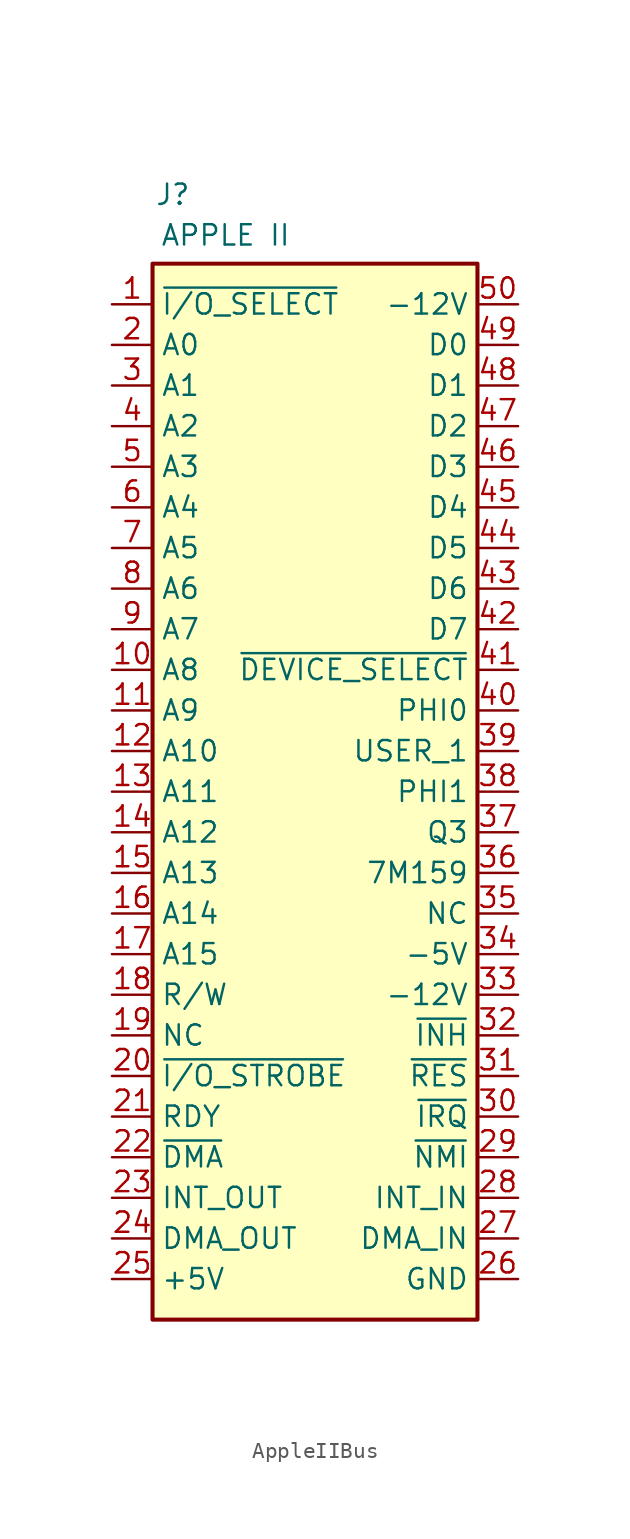
<source format=kicad_sym>
(kicad_symbol_lib
  (version 20241209)
  (generator "kicad_symbol_editor")
  (generator_version "9.0")
  (symbol "AppleIIBus"
    (property "Reference" "J"
      (at 1.27 4.318 0)
      (effects (font (size 1.27 1.27))))
    (property "Value" "APPLE II"
      (at 4.572 1.778 0)
      (effects (font (size 1.27 1.27))))
    (symbol "AppleIIBus_1_1"
      (rectangle (start 0 0) (end 20.32 -66.04) (stroke (width 0.254) (type solid)) (fill (type background)))
      (pin passive line (at -2.54 -2.54 0) (length 2.54) (name "~{I/O_SELECT}" (effects (font (size 1.27 1.27)))) (number "1" (effects (font (size 1.27 1.27)))))
      (pin bidirectional line (at -2.54 -5.08 0) (length 2.54) (name "A0" (effects (font (size 1.27 1.27)))) (number "2" (effects (font (size 1.27 1.27)))))
      (pin bidirectional line (at -2.54 -7.62 0) (length 2.54) (name "A1" (effects (font (size 1.27 1.27)))) (number "3" (effects (font (size 1.27 1.27)))))
      (pin bidirectional line (at -2.54 -10.16 0) (length 2.54) (name "A2" (effects (font (size 1.27 1.27)))) (number "4" (effects (font (size 1.27 1.27)))))
      (pin bidirectional line (at -2.54 -12.7 0) (length 2.54) (name "A3" (effects (font (size 1.27 1.27)))) (number "5" (effects (font (size 1.27 1.27)))))
      (pin bidirectional line (at -2.54 -15.24 0) (length 2.54) (name "A4" (effects (font (size 1.27 1.27)))) (number "6" (effects (font (size 1.27 1.27)))))
      (pin bidirectional line (at -2.54 -17.78 0) (length 2.54) (name "A5" (effects (font (size 1.27 1.27)))) (number "7" (effects (font (size 1.27 1.27)))))
      (pin bidirectional line (at -2.54 -20.32 0) (length 2.54) (name "A6" (effects (font (size 1.27 1.27)))) (number "8" (effects (font (size 1.27 1.27)))))
      (pin bidirectional line (at -2.54 -22.86 0) (length 2.54) (name "A7" (effects (font (size 1.27 1.27)))) (number "9" (effects (font (size 1.27 1.27)))))
      (pin bidirectional line (at -2.54 -25.4 0) (length 2.54) (name "A8" (effects (font (size 1.27 1.27)))) (number "10" (effects (font (size 1.27 1.27)))))
      (pin bidirectional line (at -2.54 -27.94 0) (length 2.54) (name "A9" (effects (font (size 1.27 1.27)))) (number "11" (effects (font (size 1.27 1.27)))))
      (pin bidirectional line (at -2.54 -30.48 0) (length 2.54) (name "A10" (effects (font (size 1.27 1.27)))) (number "12" (effects (font (size 1.27 1.27)))))
      (pin bidirectional line (at -2.54 -33.02 0) (length 2.54) (name "A11" (effects (font (size 1.27 1.27)))) (number "13" (effects (font (size 1.27 1.27)))))
      (pin bidirectional line (at -2.54 -35.56 0) (length 2.54) (name "A12" (effects (font (size 1.27 1.27)))) (number "14" (effects (font (size 1.27 1.27)))))
      (pin bidirectional line (at -2.54 -38.1 0) (length 2.54) (name "A13" (effects (font (size 1.27 1.27)))) (number "15" (effects (font (size 1.27 1.27)))))
      (pin bidirectional line (at -2.54 -40.64 0) (length 2.54) (name "A14" (effects (font (size 1.27 1.27)))) (number "16" (effects (font (size 1.27 1.27)))))
      (pin bidirectional line (at -2.54 -43.18 0) (length 2.54) (name "A15" (effects (font (size 1.27 1.27)))) (number "17" (effects (font (size 1.27 1.27)))))
      (pin output line (at -2.54 -45.72 0) (length 2.54) (name "R/W" (effects (font (size 1.27 1.27)))) (number "18" (effects (font (size 1.27 1.27)))))
      (pin passive line (at -2.54 -48.26 0) (length 2.54) (name "NC" (effects (font (size 1.27 1.27)))) (number "19" (effects (font (size 1.27 1.27)))))
      (pin passive line (at -2.54 -50.8 0) (length 2.54) (name "~{I/O_STROBE}" (effects (font (size 1.27 1.27)))) (number "20" (effects (font (size 1.27 1.27)))))
      (pin passive line (at -2.54 -53.34 0) (length 2.54) (name "RDY" (effects (font (size 1.27 1.27)))) (number "21" (effects (font (size 1.27 1.27)))))
      (pin passive line (at -2.54 -55.88 0) (length 2.54) (name "~{DMA}" (effects (font (size 1.27 1.27)))) (number "22" (effects (font (size 1.27 1.27)))))
      (pin passive line (at -2.54 -58.42 0) (length 2.54) (name "INT_OUT" (effects (font (size 1.27 1.27)))) (number "23" (effects (font (size 1.27 1.27)))))
      (pin passive line (at -2.54 -60.96 0) (length 2.54) (name "DMA_OUT" (effects (font (size 1.27 1.27)))) (number "24" (effects (font (size 1.27 1.27)))))
      (pin power_out line (at -2.54 -63.5 0) (length 2.54) (name "+5V" (effects (font (size 1.27 1.27)))) (number "25" (effects (font (size 1.27 1.27)))))
      (pin power_out line (at 22.86 -2.54 180) (length 2.54) (name "-12V" (effects (font (size 1.27 1.27)))) (number "50" (effects (font (size 1.27 1.27)))))
      (pin bidirectional line (at 22.86 -5.08 180) (length 2.54) (name "D0" (effects (font (size 1.27 1.27)))) (number "49" (effects (font (size 1.27 1.27)))))
      (pin bidirectional line (at 22.86 -7.62 180) (length 2.54) (name "D1" (effects (font (size 1.27 1.27)))) (number "48" (effects (font (size 1.27 1.27)))))
      (pin bidirectional line (at 22.86 -10.16 180) (length 2.54) (name "D2" (effects (font (size 1.27 1.27)))) (number "47" (effects (font (size 1.27 1.27)))))
      (pin bidirectional line (at 22.86 -12.7 180) (length 2.54) (name "D3" (effects (font (size 1.27 1.27)))) (number "46" (effects (font (size 1.27 1.27)))))
      (pin bidirectional line (at 22.86 -15.24 180) (length 2.54) (name "D4" (effects (font (size 1.27 1.27)))) (number "45" (effects (font (size 1.27 1.27)))))
      (pin bidirectional line (at 22.86 -17.78 180) (length 2.54) (name "D5" (effects (font (size 1.27 1.27)))) (number "44" (effects (font (size 1.27 1.27)))))
      (pin bidirectional line (at 22.86 -20.32 180) (length 2.54) (name "D6" (effects (font (size 1.27 1.27)))) (number "43" (effects (font (size 1.27 1.27)))))
      (pin bidirectional line (at 22.86 -22.86 180) (length 2.54) (name "D7" (effects (font (size 1.27 1.27)))) (number "42" (effects (font (size 1.27 1.27)))))
      (pin passive line (at 22.86 -25.4 180) (length 2.54) (name "~{DEVICE_SELECT}" (effects (font (size 1.27 1.27)))) (number "41" (effects (font (size 1.27 1.27)))))
      (pin output line (at 22.86 -27.94 180) (length 2.54) (name "PHI0" (effects (font (size 1.27 1.27)))) (number "40" (effects (font (size 1.27 1.27)))))
      (pin passive line (at 22.86 -30.48 180) (length 2.54) (name "USER_1" (effects (font (size 1.27 1.27)))) (number "39" (effects (font (size 1.27 1.27)))))
      (pin output line (at 22.86 -33.02 180) (length 2.54) (name "PHI1" (effects (font (size 1.27 1.27)))) (number "38" (effects (font (size 1.27 1.27)))))
      (pin passive line (at 22.86 -35.56 180) (length 2.54) (name "Q3" (effects (font (size 1.27 1.27)))) (number "37" (effects (font (size 1.27 1.27)))))
      (pin output line (at 22.86 -38.1 180) (length 2.54) (name "7M159" (effects (font (size 1.27 1.27)))) (number "36" (effects (font (size 1.27 1.27)))))
      (pin passive line (at 22.86 -40.64 180) (length 2.54) (name "NC" (effects (font (size 1.27 1.27)))) (number "35" (effects (font (size 1.27 1.27)))))
      (pin power_out line (at 22.86 -43.18 180) (length 2.54) (name "-5V" (effects (font (size 1.27 1.27)))) (number "34" (effects (font (size 1.27 1.27)))))
      (pin power_out line (at 22.86 -45.72 180) (length 2.54) (name "-12V" (effects (font (size 1.27 1.27)))) (number "33" (effects (font (size 1.27 1.27)))))
      (pin passive line (at 22.86 -48.26 180) (length 2.54) (name "~{INH}" (effects (font (size 1.27 1.27)))) (number "32" (effects (font (size 1.27 1.27)))))
      (pin passive line (at 22.86 -50.8 180) (length 2.54) (name "~{RES}" (effects (font (size 1.27 1.27)))) (number "31" (effects (font (size 1.27 1.27)))))
      (pin passive line (at 22.86 -53.34 180) (length 2.54) (name "~{IRQ}" (effects (font (size 1.27 1.27)))) (number "30" (effects (font (size 1.27 1.27)))))
      (pin passive line (at 22.86 -55.88 180) (length 2.54) (name "~{NMI}" (effects (font (size 1.27 1.27)))) (number "29" (effects (font (size 1.27 1.27)))))
      (pin passive line (at 22.86 -58.42 180) (length 2.54) (name "INT_IN" (effects (font (size 1.27 1.27)))) (number "28" (effects (font (size 1.27 1.27)))))
      (pin passive line (at 22.86 -60.96 180) (length 2.54) (name "DMA_IN" (effects (font (size 1.27 1.27)))) (number "27" (effects (font (size 1.27 1.27)))))
      (pin power_out line (at 22.86 -63.5 180) (length 2.54) (name "GND" (effects (font (size 1.27 1.27)))) (number "26" (effects (font (size 1.27 1.27))))))))
</source>
